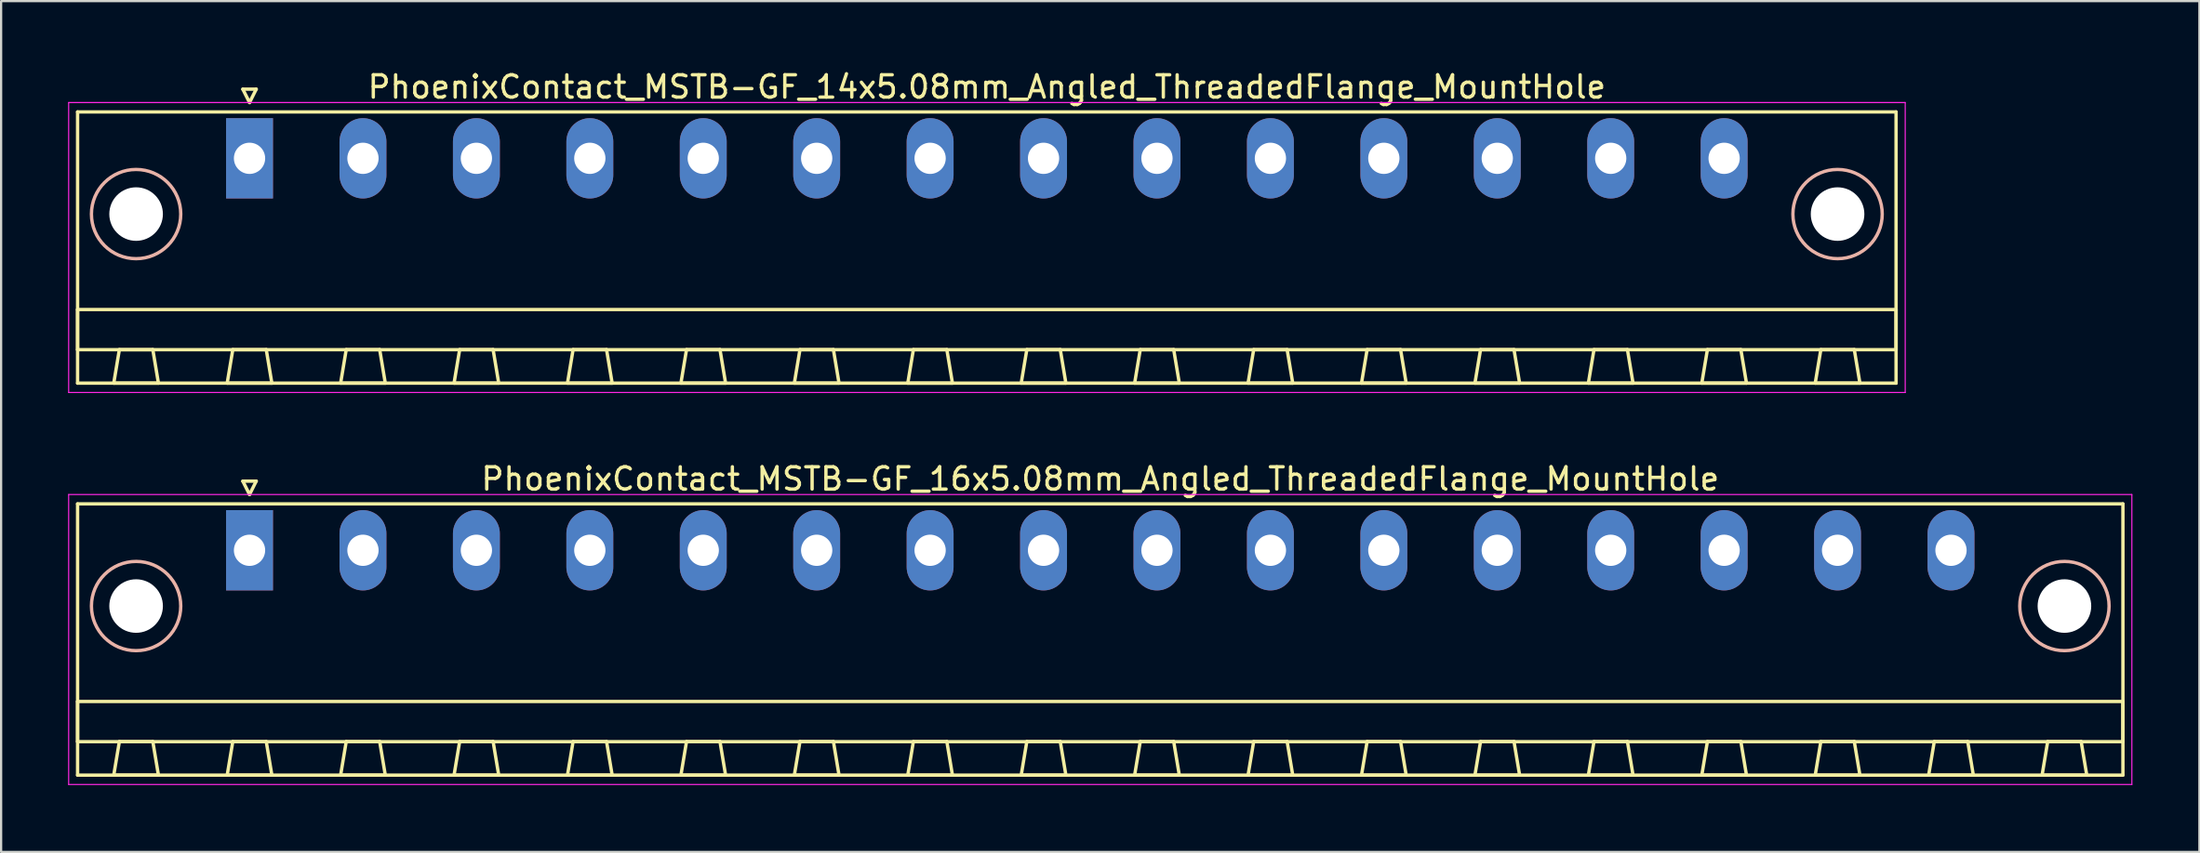
<source format=kicad_pcb>
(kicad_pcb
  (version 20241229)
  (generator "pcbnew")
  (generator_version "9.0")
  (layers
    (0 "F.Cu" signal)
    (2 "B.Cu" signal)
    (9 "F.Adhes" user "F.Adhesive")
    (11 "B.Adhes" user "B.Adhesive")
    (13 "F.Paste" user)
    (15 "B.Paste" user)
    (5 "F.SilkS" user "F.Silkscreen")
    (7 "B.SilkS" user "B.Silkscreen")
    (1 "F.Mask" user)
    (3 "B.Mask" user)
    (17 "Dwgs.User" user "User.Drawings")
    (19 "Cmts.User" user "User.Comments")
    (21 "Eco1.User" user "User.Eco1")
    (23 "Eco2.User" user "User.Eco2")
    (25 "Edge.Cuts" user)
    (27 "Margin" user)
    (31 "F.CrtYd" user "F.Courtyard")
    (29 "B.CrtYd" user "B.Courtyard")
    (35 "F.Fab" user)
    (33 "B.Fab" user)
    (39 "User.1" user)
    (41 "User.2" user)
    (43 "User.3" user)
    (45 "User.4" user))
  (footprint "PhoenixContact_MSTB-GF_16x5.08mm_Angled_ThreadedFlange_MountHole"
    (layer "F.Cu")
    (at 8.125 21.622)
    (property "Reference" "PhoenixContact_MSTB-GF_16x5.08mm_Angled_ThreadedFlange_MountHole" (at 38.1 -3.2 0) (layer "F.SilkS") (effects (font (size 1 1) (thickness 0.15))))
    (attr through_hole)
    (fp_line (start -7.7 -2.08) (end -7.7 10.08) (stroke (width 0.15) (type solid)) (layer "F.SilkS"))
    (fp_line (start -7.7 6.78) (end 83.9 6.78) (stroke (width 0.15) (type solid)) (layer "F.SilkS"))
    (fp_line (start -7.7 8.58) (end -7.7 6.78) (stroke (width 0.15) (type solid)) (layer "F.SilkS"))
    (fp_line (start -7.7 10.08) (end 83.9 10.08) (stroke (width 0.15) (type solid)) (layer "F.SilkS"))
    (fp_line (start -6.08 10.08) (end -4.08 10.08) (stroke (width 0.15) (type solid)) (layer "F.SilkS"))
    (fp_line (start -5.83 8.58) (end -6.08 10.08) (stroke (width 0.15) (type solid)) (layer "F.SilkS"))
    (fp_line (start -4.33 8.58) (end -5.83 8.58) (stroke (width 0.15) (type solid)) (layer "F.SilkS"))
    (fp_line (start -4.08 10.08) (end -4.33 8.58) (stroke (width 0.15) (type solid)) (layer "F.SilkS"))
    (fp_line (start -1 10.08) (end 1 10.08) (stroke (width 0.15) (type solid)) (layer "F.SilkS"))
    (fp_line (start -0.75 8.58) (end -1 10.08) (stroke (width 0.15) (type solid)) (layer "F.SilkS"))
    (fp_line (start -0.3 -3.1) (end 0 -2.5) (stroke (width 0.15) (type solid)) (layer "F.SilkS"))
    (fp_line (start 0 -2.5) (end 0.3 -3.1) (stroke (width 0.15) (type solid)) (layer "F.SilkS"))
    (fp_line (start 0.3 -3.1) (end -0.3 -3.1) (stroke (width 0.15) (type solid)) (layer "F.SilkS"))
    (fp_line (start 0.75 8.58) (end -0.75 8.58) (stroke (width 0.15) (type solid)) (layer "F.SilkS"))
    (fp_line (start 1 10.08) (end 0.75 8.58) (stroke (width 0.15) (type solid)) (layer "F.SilkS"))
    (fp_line (start 4.08 10.08) (end 6.08 10.08) (stroke (width 0.15) (type solid)) (layer "F.SilkS"))
    (fp_line (start 4.33 8.58) (end 4.08 10.08) (stroke (width 0.15) (type solid)) (layer "F.SilkS"))
    (fp_line (start 5.83 8.58) (end 4.33 8.58) (stroke (width 0.15) (type solid)) (layer "F.SilkS"))
    (fp_line (start 6.08 10.08) (end 5.83 8.58) (stroke (width 0.15) (type solid)) (layer "F.SilkS"))
    (fp_line (start 9.16 10.08) (end 11.16 10.08) (stroke (width 0.15) (type solid)) (layer "F.SilkS"))
    (fp_line (start 9.41 8.58) (end 9.16 10.08) (stroke (width 0.15) (type solid)) (layer "F.SilkS"))
    (fp_line (start 10.91 8.58) (end 9.41 8.58) (stroke (width 0.15) (type solid)) (layer "F.SilkS"))
    (fp_line (start 11.16 10.08) (end 10.91 8.58) (stroke (width 0.15) (type solid)) (layer "F.SilkS"))
    (fp_line (start 14.24 10.08) (end 16.24 10.08) (stroke (width 0.15) (type solid)) (layer "F.SilkS"))
    (fp_line (start 14.49 8.58) (end 14.24 10.08) (stroke (width 0.15) (type solid)) (layer "F.SilkS"))
    (fp_line (start 15.99 8.58) (end 14.49 8.58) (stroke (width 0.15) (type solid)) (layer "F.SilkS"))
    (fp_line (start 16.24 10.08) (end 15.99 8.58) (stroke (width 0.15) (type solid)) (layer "F.SilkS"))
    (fp_line (start 19.32 10.08) (end 21.32 10.08) (stroke (width 0.15) (type solid)) (layer "F.SilkS"))
    (fp_line (start 19.57 8.58) (end 19.32 10.08) (stroke (width 0.15) (type solid)) (layer "F.SilkS"))
    (fp_line (start 21.07 8.58) (end 19.57 8.58) (stroke (width 0.15) (type solid)) (layer "F.SilkS"))
    (fp_line (start 21.32 10.08) (end 21.07 8.58) (stroke (width 0.15) (type solid)) (layer "F.SilkS"))
    (fp_line (start 24.4 10.08) (end 26.4 10.08) (stroke (width 0.15) (type solid)) (layer "F.SilkS"))
    (fp_line (start 24.65 8.58) (end 24.4 10.08) (stroke (width 0.15) (type solid)) (layer "F.SilkS"))
    (fp_line (start 26.15 8.58) (end 24.65 8.58) (stroke (width 0.15) (type solid)) (layer "F.SilkS"))
    (fp_line (start 26.4 10.08) (end 26.15 8.58) (stroke (width 0.15) (type solid)) (layer "F.SilkS"))
    (fp_line (start 29.48 10.08) (end 31.48 10.08) (stroke (width 0.15) (type solid)) (layer "F.SilkS"))
    (fp_line (start 29.73 8.58) (end 29.48 10.08) (stroke (width 0.15) (type solid)) (layer "F.SilkS"))
    (fp_line (start 31.23 8.58) (end 29.73 8.58) (stroke (width 0.15) (type solid)) (layer "F.SilkS"))
    (fp_line (start 31.48 10.08) (end 31.23 8.58) (stroke (width 0.15) (type solid)) (layer "F.SilkS"))
    (fp_line (start 34.56 10.08) (end 36.56 10.08) (stroke (width 0.15) (type solid)) (layer "F.SilkS"))
    (fp_line (start 34.81 8.58) (end 34.56 10.08) (stroke (width 0.15) (type solid)) (layer "F.SilkS"))
    (fp_line (start 36.31 8.58) (end 34.81 8.58) (stroke (width 0.15) (type solid)) (layer "F.SilkS"))
    (fp_line (start 36.56 10.08) (end 36.31 8.58) (stroke (width 0.15) (type solid)) (layer "F.SilkS"))
    (fp_line (start 39.64 10.08) (end 41.64 10.08) (stroke (width 0.15) (type solid)) (layer "F.SilkS"))
    (fp_line (start 39.89 8.58) (end 39.64 10.08) (stroke (width 0.15) (type solid)) (layer "F.SilkS"))
    (fp_line (start 41.39 8.58) (end 39.89 8.58) (stroke (width 0.15) (type solid)) (layer "F.SilkS"))
    (fp_line (start 41.64 10.08) (end 41.39 8.58) (stroke (width 0.15) (type solid)) (layer "F.SilkS"))
    (fp_line (start 44.72 10.08) (end 46.72 10.08) (stroke (width 0.15) (type solid)) (layer "F.SilkS"))
    (fp_line (start 44.97 8.58) (end 44.72 10.08) (stroke (width 0.15) (type solid)) (layer "F.SilkS"))
    (fp_line (start 46.47 8.58) (end 44.97 8.58) (stroke (width 0.15) (type solid)) (layer "F.SilkS"))
    (fp_line (start 46.72 10.08) (end 46.47 8.58) (stroke (width 0.15) (type solid)) (layer "F.SilkS"))
    (fp_line (start 49.8 10.08) (end 51.8 10.08) (stroke (width 0.15) (type solid)) (layer "F.SilkS"))
    (fp_line (start 50.05 8.58) (end 49.8 10.08) (stroke (width 0.15) (type solid)) (layer "F.SilkS"))
    (fp_line (start 51.55 8.58) (end 50.05 8.58) (stroke (width 0.15) (type solid)) (layer "F.SilkS"))
    (fp_line (start 51.8 10.08) (end 51.55 8.58) (stroke (width 0.15) (type solid)) (layer "F.SilkS"))
    (fp_line (start 54.88 10.08) (end 56.88 10.08) (stroke (width 0.15) (type solid)) (layer "F.SilkS"))
    (fp_line (start 55.13 8.58) (end 54.88 10.08) (stroke (width 0.15) (type solid)) (layer "F.SilkS"))
    (fp_line (start 56.63 8.58) (end 55.13 8.58) (stroke (width 0.15) (type solid)) (layer "F.SilkS"))
    (fp_line (start 56.88 10.08) (end 56.63 8.58) (stroke (width 0.15) (type solid)) (layer "F.SilkS"))
    (fp_line (start 59.96 10.08) (end 61.96 10.08) (stroke (width 0.15) (type solid)) (layer "F.SilkS"))
    (fp_line (start 60.21 8.58) (end 59.96 10.08) (stroke (width 0.15) (type solid)) (layer "F.SilkS"))
    (fp_line (start 61.71 8.58) (end 60.21 8.58) (stroke (width 0.15) (type solid)) (layer "F.SilkS"))
    (fp_line (start 61.96 10.08) (end 61.71 8.58) (stroke (width 0.15) (type solid)) (layer "F.SilkS"))
    (fp_line (start 65.04 10.08) (end 67.04 10.08) (stroke (width 0.15) (type solid)) (layer "F.SilkS"))
    (fp_line (start 65.29 8.58) (end 65.04 10.08) (stroke (width 0.15) (type solid)) (layer "F.SilkS"))
    (fp_line (start 66.79 8.58) (end 65.29 8.58) (stroke (width 0.15) (type solid)) (layer "F.SilkS"))
    (fp_line (start 67.04 10.08) (end 66.79 8.58) (stroke (width 0.15) (type solid)) (layer "F.SilkS"))
    (fp_line (start 70.12 10.08) (end 72.12 10.08) (stroke (width 0.15) (type solid)) (layer "F.SilkS"))
    (fp_line (start 70.37 8.58) (end 70.12 10.08) (stroke (width 0.15) (type solid)) (layer "F.SilkS"))
    (fp_line (start 71.87 8.58) (end 70.37 8.58) (stroke (width 0.15) (type solid)) (layer "F.SilkS"))
    (fp_line (start 72.12 10.08) (end 71.87 8.58) (stroke (width 0.15) (type solid)) (layer "F.SilkS"))
    (fp_line (start 75.2 10.08) (end 77.2 10.08) (stroke (width 0.15) (type solid)) (layer "F.SilkS"))
    (fp_line (start 75.45 8.58) (end 75.2 10.08) (stroke (width 0.15) (type solid)) (layer "F.SilkS"))
    (fp_line (start 76.95 8.58) (end 75.45 8.58) (stroke (width 0.15) (type solid)) (layer "F.SilkS"))
    (fp_line (start 77.2 10.08) (end 76.95 8.58) (stroke (width 0.15) (type solid)) (layer "F.SilkS"))
    (fp_line (start 80.28 10.08) (end 82.28 10.08) (stroke (width 0.15) (type solid)) (layer "F.SilkS"))
    (fp_line (start 80.53 8.58) (end 80.28 10.08) (stroke (width 0.15) (type solid)) (layer "F.SilkS"))
    (fp_line (start 82.03 8.58) (end 80.53 8.58) (stroke (width 0.15) (type solid)) (layer "F.SilkS"))
    (fp_line (start 82.28 10.08) (end 82.03 8.58) (stroke (width 0.15) (type solid)) (layer "F.SilkS"))
    (fp_line (start 83.9 -2.08) (end -7.7 -2.08) (stroke (width 0.15) (type solid)) (layer "F.SilkS"))
    (fp_line (start 83.9 6.78) (end 83.9 8.58) (stroke (width 0.15) (type solid)) (layer "F.SilkS"))
    (fp_line (start 83.9 8.58) (end -7.7 8.58) (stroke (width 0.15) (type solid)) (layer "F.SilkS"))
    (fp_line (start 83.9 10.08) (end 83.9 -2.08) (stroke (width 0.15) (type solid)) (layer "F.SilkS"))
    (fp_circle (center -5.08 2.5) (end -3.08 2.5) (stroke (width 0.15) (type solid)) (fill no) (layer "B.SilkS"))
    (fp_circle (center 81.28 2.5) (end 83.28 2.5) (stroke (width 0.15) (type solid)) (fill no) (layer "B.SilkS"))
    (fp_line (start -8.1 -2.5) (end -8.1 10.5) (stroke (width 0.05) (type solid)) (layer "F.CrtYd"))
    (fp_line (start -8.1 10.5) (end 84.3 10.5) (stroke (width 0.05) (type solid)) (layer "F.CrtYd"))
    (fp_line (start 84.3 -2.5) (end -8.1 -2.5) (stroke (width 0.05) (type solid)) (layer "F.CrtYd"))
    (fp_line (start 84.3 10.5) (end 84.3 -2.5) (stroke (width 0.05) (type solid)) (layer "F.CrtYd"))
    (pad "" np_thru_hole circle (at -5.08 2.5) (size 2.4 2.4) (drill 2.4) (layers "*.Cu" "*.Mask"))
    (pad "" np_thru_hole circle (at 81.28 2.5) (size 2.4 2.4) (drill 2.4) (layers "*.Cu" "*.Mask"))
    (pad "1" thru_hole rect (at 0 0) (size 2.1 3.6) (drill 1.4) (layers "*.Cu" "*.Mask"))
    (pad "2" thru_hole oval (at 5.08 0) (size 2.1 3.6) (drill 1.4) (layers "*.Cu" "*.Mask"))
    (pad "3" thru_hole oval (at 10.16 0) (size 2.1 3.6) (drill 1.4) (layers "*.Cu" "*.Mask"))
    (pad "4" thru_hole oval (at 15.24 0) (size 2.1 3.6) (drill 1.4) (layers "*.Cu" "*.Mask"))
    (pad "5" thru_hole oval (at 20.32 0) (size 2.1 3.6) (drill 1.4) (layers "*.Cu" "*.Mask"))
    (pad "6" thru_hole oval (at 25.4 0) (size 2.1 3.6) (drill 1.4) (layers "*.Cu" "*.Mask"))
    (pad "7" thru_hole oval (at 30.48 0) (size 2.1 3.6) (drill 1.4) (layers "*.Cu" "*.Mask"))
    (pad "8" thru_hole oval (at 35.56 0) (size 2.1 3.6) (drill 1.4) (layers "*.Cu" "*.Mask"))
    (pad "9" thru_hole oval (at 40.64 0) (size 2.1 3.6) (drill 1.4) (layers "*.Cu" "*.Mask"))
    (pad "10" thru_hole oval (at 45.72 0) (size 2.1 3.6) (drill 1.4) (layers "*.Cu" "*.Mask"))
    (pad "11" thru_hole oval (at 50.8 0) (size 2.1 3.6) (drill 1.4) (layers "*.Cu" "*.Mask"))
    (pad "12" thru_hole oval (at 55.88 0) (size 2.1 3.6) (drill 1.4) (layers "*.Cu" "*.Mask"))
    (pad "13" thru_hole oval (at 60.96 0) (size 2.1 3.6) (drill 1.4) (layers "*.Cu" "*.Mask"))
    (pad "14" thru_hole oval (at 66.04 0) (size 2.1 3.6) (drill 1.4) (layers "*.Cu" "*.Mask"))
    (pad "15" thru_hole oval (at 71.12 0) (size 2.1 3.6) (drill 1.4) (layers "*.Cu" "*.Mask"))
    (pad "16" thru_hole oval (at 76.2 0) (size 2.1 3.6) (drill 1.4) (layers "*.Cu" "*.Mask")))
  (footprint "PhoenixContact_MSTB-GF_14x5.08mm_Angled_ThreadedFlange_MountHole"
    (layer "F.Cu")
    (at 8.125 4.048)
    (property "Reference" "PhoenixContact_MSTB-GF_14x5.08mm_Angled_ThreadedFlange_MountHole" (at 33.02 -3.2 0) (layer "F.SilkS") (effects (font (size 1 1) (thickness 0.15))))
    (attr through_hole)
    (fp_line (start -7.7 -2.08) (end -7.7 10.08) (stroke (width 0.15) (type solid)) (layer "F.SilkS"))
    (fp_line (start -7.7 6.78) (end 73.74 6.78) (stroke (width 0.15) (type solid)) (layer "F.SilkS"))
    (fp_line (start -7.7 8.58) (end -7.7 6.78) (stroke (width 0.15) (type solid)) (layer "F.SilkS"))
    (fp_line (start -7.7 10.08) (end 73.74 10.08) (stroke (width 0.15) (type solid)) (layer "F.SilkS"))
    (fp_line (start -6.08 10.08) (end -4.08 10.08) (stroke (width 0.15) (type solid)) (layer "F.SilkS"))
    (fp_line (start -5.83 8.58) (end -6.08 10.08) (stroke (width 0.15) (type solid)) (layer "F.SilkS"))
    (fp_line (start -4.33 8.58) (end -5.83 8.58) (stroke (width 0.15) (type solid)) (layer "F.SilkS"))
    (fp_line (start -4.08 10.08) (end -4.33 8.58) (stroke (width 0.15) (type solid)) (layer "F.SilkS"))
    (fp_line (start -1 10.08) (end 1 10.08) (stroke (width 0.15) (type solid)) (layer "F.SilkS"))
    (fp_line (start -0.75 8.58) (end -1 10.08) (stroke (width 0.15) (type solid)) (layer "F.SilkS"))
    (fp_line (start -0.3 -3.1) (end 0 -2.5) (stroke (width 0.15) (type solid)) (layer "F.SilkS"))
    (fp_line (start 0 -2.5) (end 0.3 -3.1) (stroke (width 0.15) (type solid)) (layer "F.SilkS"))
    (fp_line (start 0.3 -3.1) (end -0.3 -3.1) (stroke (width 0.15) (type solid)) (layer "F.SilkS"))
    (fp_line (start 0.75 8.58) (end -0.75 8.58) (stroke (width 0.15) (type solid)) (layer "F.SilkS"))
    (fp_line (start 1 10.08) (end 0.75 8.58) (stroke (width 0.15) (type solid)) (layer "F.SilkS"))
    (fp_line (start 4.08 10.08) (end 6.08 10.08) (stroke (width 0.15) (type solid)) (layer "F.SilkS"))
    (fp_line (start 4.33 8.58) (end 4.08 10.08) (stroke (width 0.15) (type solid)) (layer "F.SilkS"))
    (fp_line (start 5.83 8.58) (end 4.33 8.58) (stroke (width 0.15) (type solid)) (layer "F.SilkS"))
    (fp_line (start 6.08 10.08) (end 5.83 8.58) (stroke (width 0.15) (type solid)) (layer "F.SilkS"))
    (fp_line (start 9.16 10.08) (end 11.16 10.08) (stroke (width 0.15) (type solid)) (layer "F.SilkS"))
    (fp_line (start 9.41 8.58) (end 9.16 10.08) (stroke (width 0.15) (type solid)) (layer "F.SilkS"))
    (fp_line (start 10.91 8.58) (end 9.41 8.58) (stroke (width 0.15) (type solid)) (layer "F.SilkS"))
    (fp_line (start 11.16 10.08) (end 10.91 8.58) (stroke (width 0.15) (type solid)) (layer "F.SilkS"))
    (fp_line (start 14.24 10.08) (end 16.24 10.08) (stroke (width 0.15) (type solid)) (layer "F.SilkS"))
    (fp_line (start 14.49 8.58) (end 14.24 10.08) (stroke (width 0.15) (type solid)) (layer "F.SilkS"))
    (fp_line (start 15.99 8.58) (end 14.49 8.58) (stroke (width 0.15) (type solid)) (layer "F.SilkS"))
    (fp_line (start 16.24 10.08) (end 15.99 8.58) (stroke (width 0.15) (type solid)) (layer "F.SilkS"))
    (fp_line (start 19.32 10.08) (end 21.32 10.08) (stroke (width 0.15) (type solid)) (layer "F.SilkS"))
    (fp_line (start 19.57 8.58) (end 19.32 10.08) (stroke (width 0.15) (type solid)) (layer "F.SilkS"))
    (fp_line (start 21.07 8.58) (end 19.57 8.58) (stroke (width 0.15) (type solid)) (layer "F.SilkS"))
    (fp_line (start 21.32 10.08) (end 21.07 8.58) (stroke (width 0.15) (type solid)) (layer "F.SilkS"))
    (fp_line (start 24.4 10.08) (end 26.4 10.08) (stroke (width 0.15) (type solid)) (layer "F.SilkS"))
    (fp_line (start 24.65 8.58) (end 24.4 10.08) (stroke (width 0.15) (type solid)) (layer "F.SilkS"))
    (fp_line (start 26.15 8.58) (end 24.65 8.58) (stroke (width 0.15) (type solid)) (layer "F.SilkS"))
    (fp_line (start 26.4 10.08) (end 26.15 8.58) (stroke (width 0.15) (type solid)) (layer "F.SilkS"))
    (fp_line (start 29.48 10.08) (end 31.48 10.08) (stroke (width 0.15) (type solid)) (layer "F.SilkS"))
    (fp_line (start 29.73 8.58) (end 29.48 10.08) (stroke (width 0.15) (type solid)) (layer "F.SilkS"))
    (fp_line (start 31.23 8.58) (end 29.73 8.58) (stroke (width 0.15) (type solid)) (layer "F.SilkS"))
    (fp_line (start 31.48 10.08) (end 31.23 8.58) (stroke (width 0.15) (type solid)) (layer "F.SilkS"))
    (fp_line (start 34.56 10.08) (end 36.56 10.08) (stroke (width 0.15) (type solid)) (layer "F.SilkS"))
    (fp_line (start 34.81 8.58) (end 34.56 10.08) (stroke (width 0.15) (type solid)) (layer "F.SilkS"))
    (fp_line (start 36.31 8.58) (end 34.81 8.58) (stroke (width 0.15) (type solid)) (layer "F.SilkS"))
    (fp_line (start 36.56 10.08) (end 36.31 8.58) (stroke (width 0.15) (type solid)) (layer "F.SilkS"))
    (fp_line (start 39.64 10.08) (end 41.64 10.08) (stroke (width 0.15) (type solid)) (layer "F.SilkS"))
    (fp_line (start 39.89 8.58) (end 39.64 10.08) (stroke (width 0.15) (type solid)) (layer "F.SilkS"))
    (fp_line (start 41.39 8.58) (end 39.89 8.58) (stroke (width 0.15) (type solid)) (layer "F.SilkS"))
    (fp_line (start 41.64 10.08) (end 41.39 8.58) (stroke (width 0.15) (type solid)) (layer "F.SilkS"))
    (fp_line (start 44.72 10.08) (end 46.72 10.08) (stroke (width 0.15) (type solid)) (layer "F.SilkS"))
    (fp_line (start 44.97 8.58) (end 44.72 10.08) (stroke (width 0.15) (type solid)) (layer "F.SilkS"))
    (fp_line (start 46.47 8.58) (end 44.97 8.58) (stroke (width 0.15) (type solid)) (layer "F.SilkS"))
    (fp_line (start 46.72 10.08) (end 46.47 8.58) (stroke (width 0.15) (type solid)) (layer "F.SilkS"))
    (fp_line (start 49.8 10.08) (end 51.8 10.08) (stroke (width 0.15) (type solid)) (layer "F.SilkS"))
    (fp_line (start 50.05 8.58) (end 49.8 10.08) (stroke (width 0.15) (type solid)) (layer "F.SilkS"))
    (fp_line (start 51.55 8.58) (end 50.05 8.58) (stroke (width 0.15) (type solid)) (layer "F.SilkS"))
    (fp_line (start 51.8 10.08) (end 51.55 8.58) (stroke (width 0.15) (type solid)) (layer "F.SilkS"))
    (fp_line (start 54.88 10.08) (end 56.88 10.08) (stroke (width 0.15) (type solid)) (layer "F.SilkS"))
    (fp_line (start 55.13 8.58) (end 54.88 10.08) (stroke (width 0.15) (type solid)) (layer "F.SilkS"))
    (fp_line (start 56.63 8.58) (end 55.13 8.58) (stroke (width 0.15) (type solid)) (layer "F.SilkS"))
    (fp_line (start 56.88 10.08) (end 56.63 8.58) (stroke (width 0.15) (type solid)) (layer "F.SilkS"))
    (fp_line (start 59.96 10.08) (end 61.96 10.08) (stroke (width 0.15) (type solid)) (layer "F.SilkS"))
    (fp_line (start 60.21 8.58) (end 59.96 10.08) (stroke (width 0.15) (type solid)) (layer "F.SilkS"))
    (fp_line (start 61.71 8.58) (end 60.21 8.58) (stroke (width 0.15) (type solid)) (layer "F.SilkS"))
    (fp_line (start 61.96 10.08) (end 61.71 8.58) (stroke (width 0.15) (type solid)) (layer "F.SilkS"))
    (fp_line (start 65.04 10.08) (end 67.04 10.08) (stroke (width 0.15) (type solid)) (layer "F.SilkS"))
    (fp_line (start 65.29 8.58) (end 65.04 10.08) (stroke (width 0.15) (type solid)) (layer "F.SilkS"))
    (fp_line (start 66.79 8.58) (end 65.29 8.58) (stroke (width 0.15) (type solid)) (layer "F.SilkS"))
    (fp_line (start 67.04 10.08) (end 66.79 8.58) (stroke (width 0.15) (type solid)) (layer "F.SilkS"))
    (fp_line (start 70.12 10.08) (end 72.12 10.08) (stroke (width 0.15) (type solid)) (layer "F.SilkS"))
    (fp_line (start 70.37 8.58) (end 70.12 10.08) (stroke (width 0.15) (type solid)) (layer "F.SilkS"))
    (fp_line (start 71.87 8.58) (end 70.37 8.58) (stroke (width 0.15) (type solid)) (layer "F.SilkS"))
    (fp_line (start 72.12 10.08) (end 71.87 8.58) (stroke (width 0.15) (type solid)) (layer "F.SilkS"))
    (fp_line (start 73.74 -2.08) (end -7.7 -2.08) (stroke (width 0.15) (type solid)) (layer "F.SilkS"))
    (fp_line (start 73.74 6.78) (end 73.74 8.58) (stroke (width 0.15) (type solid)) (layer "F.SilkS"))
    (fp_line (start 73.74 8.58) (end -7.7 8.58) (stroke (width 0.15) (type solid)) (layer "F.SilkS"))
    (fp_line (start 73.74 10.08) (end 73.74 -2.08) (stroke (width 0.15) (type solid)) (layer "F.SilkS"))
    (fp_circle (center -5.08 2.5) (end -3.08 2.5) (stroke (width 0.15) (type solid)) (fill no) (layer "B.SilkS"))
    (fp_circle (center 71.12 2.5) (end 73.12 2.5) (stroke (width 0.15) (type solid)) (fill no) (layer "B.SilkS"))
    (fp_line (start -8.1 -2.5) (end -8.1 10.5) (stroke (width 0.05) (type solid)) (layer "F.CrtYd"))
    (fp_line (start -8.1 10.5) (end 74.15 10.5) (stroke (width 0.05) (type solid)) (layer "F.CrtYd"))
    (fp_line (start 74.15 -2.5) (end -8.1 -2.5) (stroke (width 0.05) (type solid)) (layer "F.CrtYd"))
    (fp_line (start 74.15 10.5) (end 74.15 -2.5) (stroke (width 0.05) (type solid)) (layer "F.CrtYd"))
    (pad "" np_thru_hole circle (at -5.08 2.5) (size 2.4 2.4) (drill 2.4) (layers "*.Cu" "*.Mask"))
    (pad "" np_thru_hole circle (at 71.12 2.5) (size 2.4 2.4) (drill 2.4) (layers "*.Cu" "*.Mask"))
    (pad "1" thru_hole rect (at 0 0) (size 2.1 3.6) (drill 1.4) (layers "*.Cu" "*.Mask"))
    (pad "2" thru_hole oval (at 5.08 0) (size 2.1 3.6) (drill 1.4) (layers "*.Cu" "*.Mask"))
    (pad "3" thru_hole oval (at 10.16 0) (size 2.1 3.6) (drill 1.4) (layers "*.Cu" "*.Mask"))
    (pad "4" thru_hole oval (at 15.24 0) (size 2.1 3.6) (drill 1.4) (layers "*.Cu" "*.Mask"))
    (pad "5" thru_hole oval (at 20.32 0) (size 2.1 3.6) (drill 1.4) (layers "*.Cu" "*.Mask"))
    (pad "6" thru_hole oval (at 25.4 0) (size 2.1 3.6) (drill 1.4) (layers "*.Cu" "*.Mask"))
    (pad "7" thru_hole oval (at 30.48 0) (size 2.1 3.6) (drill 1.4) (layers "*.Cu" "*.Mask"))
    (pad "8" thru_hole oval (at 35.56 0) (size 2.1 3.6) (drill 1.4) (layers "*.Cu" "*.Mask"))
    (pad "9" thru_hole oval (at 40.64 0) (size 2.1 3.6) (drill 1.4) (layers "*.Cu" "*.Mask"))
    (pad "10" thru_hole oval (at 45.72 0) (size 2.1 3.6) (drill 1.4) (layers "*.Cu" "*.Mask"))
    (pad "11" thru_hole oval (at 50.8 0) (size 2.1 3.6) (drill 1.4) (layers "*.Cu" "*.Mask"))
    (pad "12" thru_hole oval (at 55.88 0) (size 2.1 3.6) (drill 1.4) (layers "*.Cu" "*.Mask"))
    (pad "13" thru_hole oval (at 60.96 0) (size 2.1 3.6) (drill 1.4) (layers "*.Cu" "*.Mask"))
    (pad "14" thru_hole oval (at 66.04 0) (size 2.1 3.6) (drill 1.4) (layers "*.Cu" "*.Mask")))
  (gr_rect
    (start -3 -3)
    (end 95.45 35.147)
    (stroke (width 0.1) (type default))
    (fill no)
    (layer "Edge.Cuts")))
</source>
